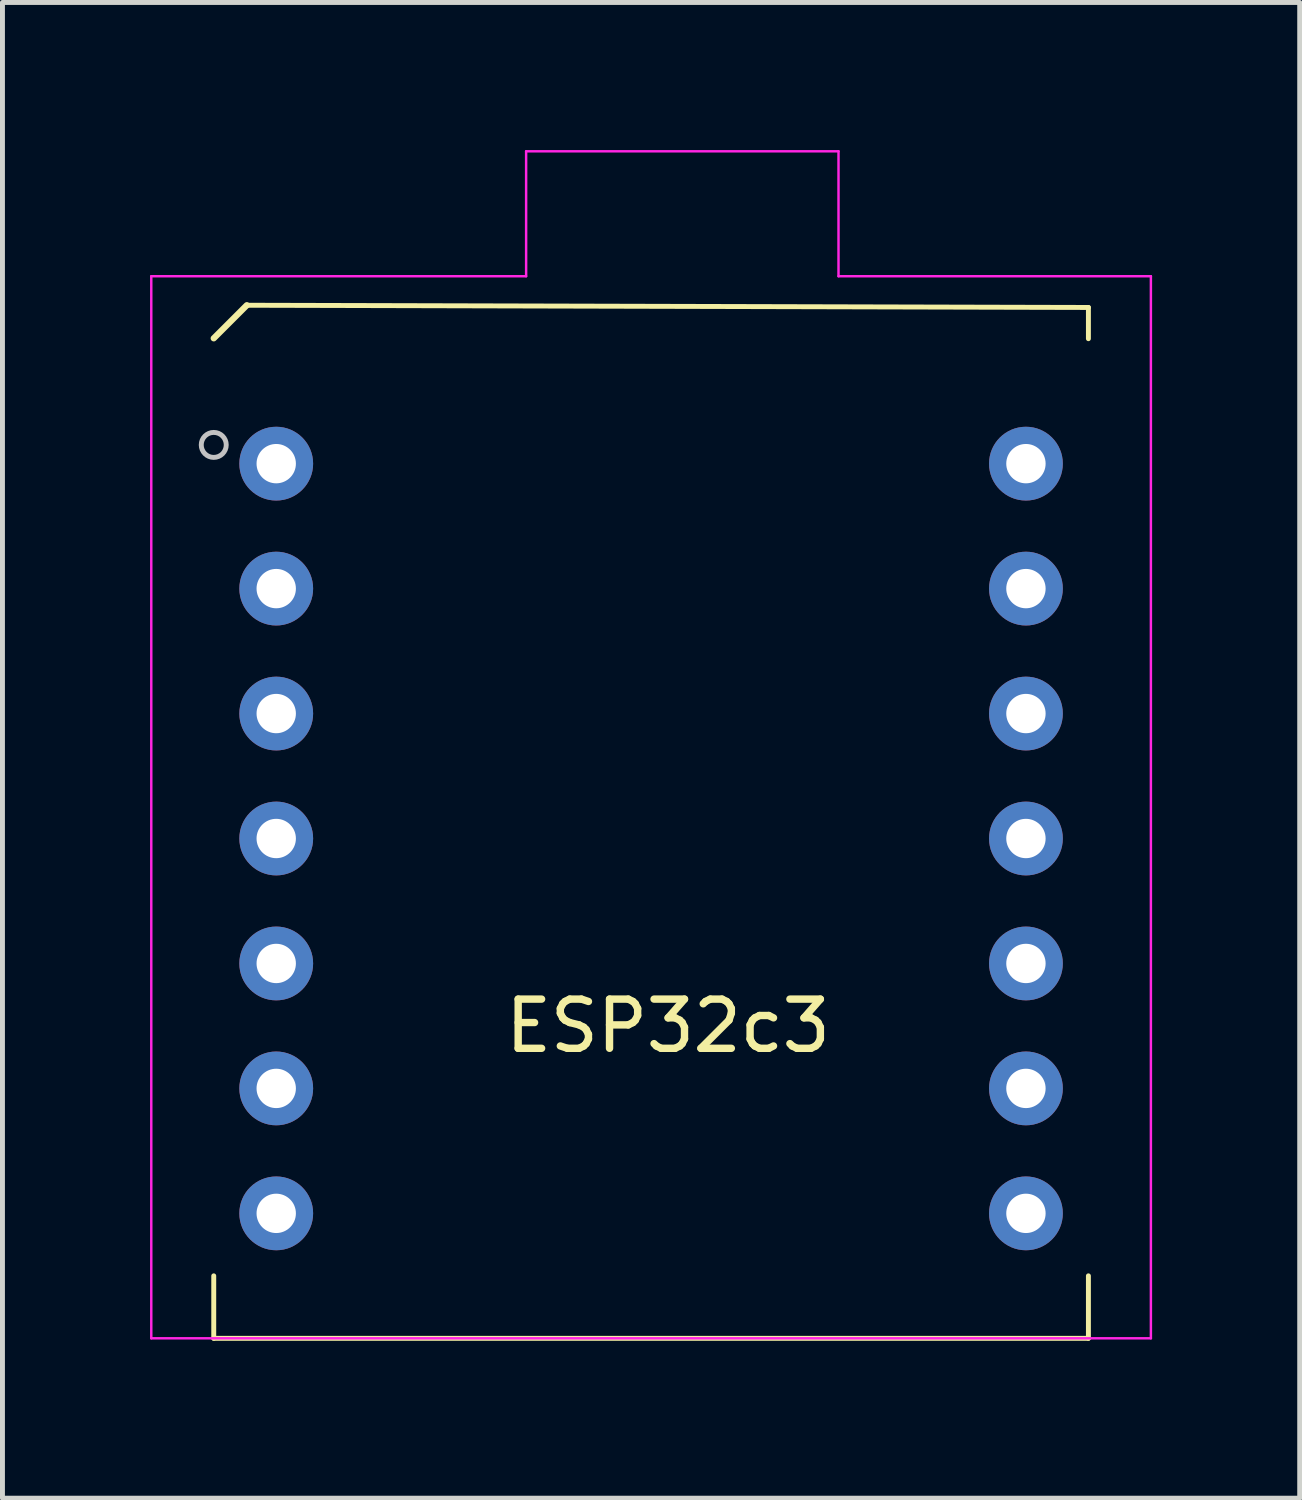
<source format=kicad_pcb>
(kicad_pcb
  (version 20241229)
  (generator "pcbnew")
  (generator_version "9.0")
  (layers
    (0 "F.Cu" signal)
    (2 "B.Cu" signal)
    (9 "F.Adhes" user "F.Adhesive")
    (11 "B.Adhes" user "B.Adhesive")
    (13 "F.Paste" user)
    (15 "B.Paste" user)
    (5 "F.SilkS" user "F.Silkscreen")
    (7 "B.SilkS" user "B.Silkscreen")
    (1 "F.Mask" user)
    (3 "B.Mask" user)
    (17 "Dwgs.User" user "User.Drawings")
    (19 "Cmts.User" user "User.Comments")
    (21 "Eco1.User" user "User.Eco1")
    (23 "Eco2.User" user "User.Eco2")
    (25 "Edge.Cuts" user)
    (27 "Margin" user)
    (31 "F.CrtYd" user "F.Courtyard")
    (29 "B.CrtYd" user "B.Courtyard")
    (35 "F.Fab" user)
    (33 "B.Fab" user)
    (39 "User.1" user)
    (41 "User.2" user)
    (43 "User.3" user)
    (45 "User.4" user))
  (footprint "ESP32c3"
    (layer "F.Cu")
    (at 1.295 24.155)
    (property "Reference" "ESP32c3" (at 9.236 -6.35 0) (layer "F.SilkS") (effects (font (size 1 1) (thickness 0.15))))
    (attr through_hole)
    (fp_line (start 0 0) (end 0 -1.27) (stroke (width 0.1) (type default)) (layer "F.SilkS"))
    (fp_line (start 0 0) (end 17.78 0) (stroke (width 0.1) (type default)) (layer "F.SilkS"))
    (fp_line (start 0.672 -21) (end 0 -20.328) (stroke (width 0.127) (type solid)) (layer "F.SilkS"))
    (fp_line (start 0.672 -21) (end 17.78 -20.955) (stroke (width 0.1) (type default)) (layer "F.SilkS"))
    (fp_line (start 17.78 -20.955) (end 17.78 -20.32) (stroke (width 0.1) (type default)) (layer "F.SilkS"))
    (fp_line (start 17.78 0) (end 17.78 -1.27) (stroke (width 0.1) (type default)) (layer "F.SilkS"))
    (fp_circle (center 0 -18.161) (end 0.254 -18.161) (stroke (width 0.1) (type solid)) (fill no) (layer "Dwgs.User"))
    (fp_line (start -1.27 0) (end -1.27 -21.59) (stroke (width 0.05) (type default)) (layer "F.CrtYd"))
    (fp_line (start 6.35 -24.13) (end 12.7 -24.13) (stroke (width 0.05) (type default)) (layer "F.CrtYd"))
    (fp_line (start 6.35 -21.59) (end -1.27 -21.59) (stroke (width 0.05) (type default)) (layer "F.CrtYd"))
    (fp_line (start 6.35 -21.59) (end 6.35 -24.13) (stroke (width 0.05) (type default)) (layer "F.CrtYd"))
    (fp_line (start 12.7 -24.13) (end 12.7 -21.59) (stroke (width 0.05) (type default)) (layer "F.CrtYd"))
    (fp_line (start 12.7 -21.59) (end 19.05 -21.59) (stroke (width 0.05) (type default)) (layer "F.CrtYd"))
    (fp_line (start 19.05 -21.59) (end 19.05 0) (stroke (width 0.05) (type default)) (layer "F.CrtYd"))
    (fp_line (start 19.05 0) (end -1.27 0) (stroke (width 0.05) (type default)) (layer "F.CrtYd"))
    (pad "1" thru_hole circle (at 1.27 -17.78) (size 1.5 1.5) (drill 0.8) (layers "*.Cu" "*.Mask"))
    (pad "2" thru_hole circle (at 1.27 -15.24) (size 1.5 1.5) (drill 0.8) (layers "*.Cu" "*.Mask"))
    (pad "3" thru_hole circle (at 1.27 -12.7) (size 1.5 1.5) (drill 0.8) (layers "*.Cu" "*.Mask"))
    (pad "4" thru_hole circle (at 1.27 -10.16) (size 1.5 1.5) (drill 0.8) (layers "*.Cu" "*.Mask"))
    (pad "5" thru_hole circle (at 1.27 -7.62) (size 1.5 1.5) (drill 0.8) (layers "*.Cu" "*.Mask"))
    (pad "6" thru_hole circle (at 1.27 -5.08) (size 1.5 1.5) (drill 0.8) (layers "*.Cu" "*.Mask"))
    (pad "7" thru_hole circle (at 1.27 -2.54) (size 1.5 1.5) (drill 0.8) (layers "*.Cu" "*.Mask"))
    (pad "8" thru_hole circle (at 16.51 -2.54) (size 1.5 1.5) (drill 0.8) (layers "*.Cu" "*.Mask"))
    (pad "9" thru_hole circle (at 16.51 -5.08) (size 1.5 1.5) (drill 0.8) (layers "*.Cu" "*.Mask"))
    (pad "10" thru_hole circle (at 16.51 -7.62) (size 1.5 1.5) (drill 0.8) (layers "*.Cu" "*.Mask"))
    (pad "11" thru_hole circle (at 16.51 -10.16) (size 1.5 1.5) (drill 0.8) (layers "*.Cu" "*.Mask"))
    (pad "12" thru_hole circle (at 16.51 -12.7) (size 1.5 1.5) (drill 0.8) (layers "*.Cu" "*.Mask"))
    (pad "13" thru_hole circle (at 16.51 -15.24) (size 1.5 1.5) (drill 0.8) (layers "*.Cu" "*.Mask"))
    (pad "14" thru_hole circle (at 16.51 -17.78) (size 1.5 1.5) (drill 0.8) (layers "*.Cu" "*.Mask")))
  (gr_rect
    (start -3 -3)
    (end 23.37 27.405)
    (stroke (width 0.1) (type default))
    (fill no)
    (layer "Edge.Cuts")))
</source>
